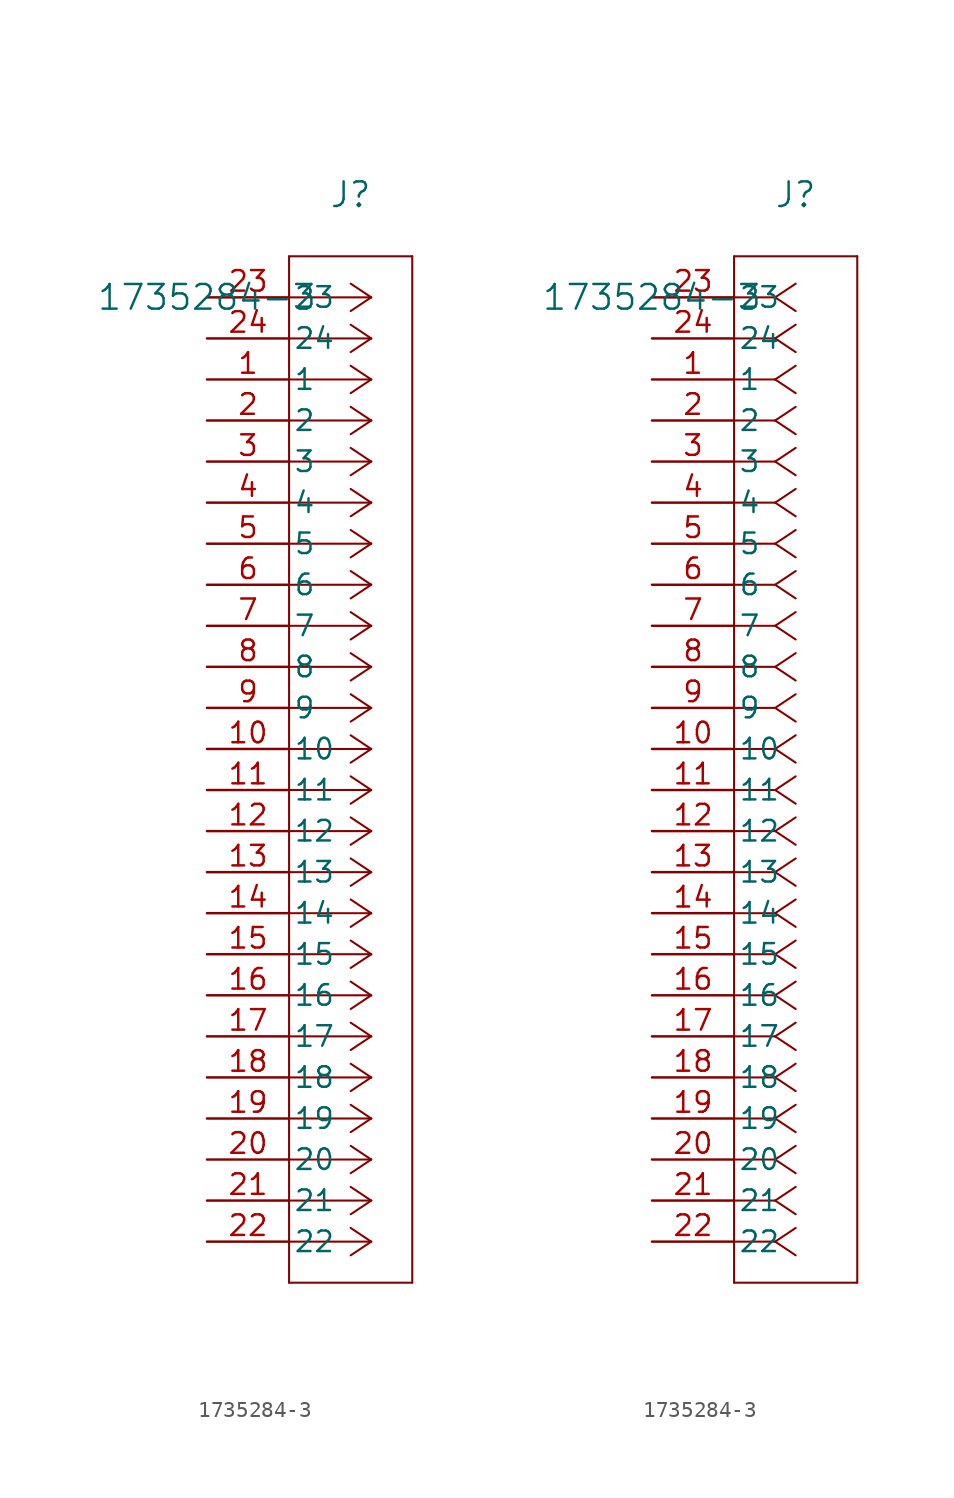
<source format=kicad_sym>
(kicad_symbol_lib
  (version 20211014)
  (generator kicad_symbol_editor)
  (symbol "1735284-3"
    (pin_names
      (offset 0.254))
    (property "Reference" "J"
      (at 8.89 6.35 0)
      (effects (font (size 1.524 1.524))))
    (property "Value" "1735284-3"
      (at 0 0 0)
      (effects (font (size 1.524 1.524))))
    (symbol "1735284-3_1_1"
      (polyline (pts (xy 10.16 0) (xy 5.08 0)) (stroke (width 0.127) (type default) (color 0 0 0 0)) (fill (type none)))
      (polyline (pts (xy 10.16 -2.54) (xy 5.08 -2.54)) (stroke (width 0.127) (type default) (color 0 0 0 0)) (fill (type none)))
      (polyline (pts (xy 10.16 -5.08) (xy 5.08 -5.08)) (stroke (width 0.127) (type default) (color 0 0 0 0)) (fill (type none)))
      (polyline (pts (xy 10.16 -7.62) (xy 5.08 -7.62)) (stroke (width 0.127) (type default) (color 0 0 0 0)) (fill (type none)))
      (polyline (pts (xy 10.16 -10.16) (xy 5.08 -10.16)) (stroke (width 0.127) (type default) (color 0 0 0 0)) (fill (type none)))
      (polyline (pts (xy 10.16 -12.7) (xy 5.08 -12.7)) (stroke (width 0.127) (type default) (color 0 0 0 0)) (fill (type none)))
      (polyline (pts (xy 10.16 -15.24) (xy 5.08 -15.24)) (stroke (width 0.127) (type default) (color 0 0 0 0)) (fill (type none)))
      (polyline (pts (xy 10.16 -17.78) (xy 5.08 -17.78)) (stroke (width 0.127) (type default) (color 0 0 0 0)) (fill (type none)))
      (polyline (pts (xy 10.16 -20.32) (xy 5.08 -20.32)) (stroke (width 0.127) (type default) (color 0 0 0 0)) (fill (type none)))
      (polyline (pts (xy 10.16 -22.86) (xy 5.08 -22.86)) (stroke (width 0.127) (type default) (color 0 0 0 0)) (fill (type none)))
      (polyline (pts (xy 10.16 -25.4) (xy 5.08 -25.4)) (stroke (width 0.127) (type default) (color 0 0 0 0)) (fill (type none)))
      (polyline (pts (xy 10.16 -27.94) (xy 5.08 -27.94)) (stroke (width 0.127) (type default) (color 0 0 0 0)) (fill (type none)))
      (polyline (pts (xy 10.16 -30.48) (xy 5.08 -30.48)) (stroke (width 0.127) (type default) (color 0 0 0 0)) (fill (type none)))
      (polyline (pts (xy 10.16 -33.02) (xy 5.08 -33.02)) (stroke (width 0.127) (type default) (color 0 0 0 0)) (fill (type none)))
      (polyline (pts (xy 10.16 -35.56) (xy 5.08 -35.56)) (stroke (width 0.127) (type default) (color 0 0 0 0)) (fill (type none)))
      (polyline (pts (xy 10.16 -38.1) (xy 5.08 -38.1)) (stroke (width 0.127) (type default) (color 0 0 0 0)) (fill (type none)))
      (polyline (pts (xy 10.16 -40.64) (xy 5.08 -40.64)) (stroke (width 0.127) (type default) (color 0 0 0 0)) (fill (type none)))
      (polyline (pts (xy 10.16 -43.18) (xy 5.08 -43.18)) (stroke (width 0.127) (type default) (color 0 0 0 0)) (fill (type none)))
      (polyline (pts (xy 10.16 -45.72) (xy 5.08 -45.72)) (stroke (width 0.127) (type default) (color 0 0 0 0)) (fill (type none)))
      (polyline (pts (xy 10.16 -48.26) (xy 5.08 -48.26)) (stroke (width 0.127) (type default) (color 0 0 0 0)) (fill (type none)))
      (polyline (pts (xy 10.16 -50.8) (xy 5.08 -50.8)) (stroke (width 0.127) (type default) (color 0 0 0 0)) (fill (type none)))
      (polyline (pts (xy 10.16 -53.34) (xy 5.08 -53.34)) (stroke (width 0.127) (type default) (color 0 0 0 0)) (fill (type none)))
      (polyline (pts (xy 10.16 -55.88) (xy 5.08 -55.88)) (stroke (width 0.127) (type default) (color 0 0 0 0)) (fill (type none)))
      (polyline (pts (xy 10.16 -58.42) (xy 5.08 -58.42)) (stroke (width 0.127) (type default) (color 0 0 0 0)) (fill (type none)))
      (polyline (pts (xy 10.16 0) (xy 8.89 0.847)) (stroke (width 0.127) (type default) (color 0 0 0 0)) (fill (type none)))
      (polyline (pts (xy 10.16 -2.54) (xy 8.89 -1.693)) (stroke (width 0.127) (type default) (color 0 0 0 0)) (fill (type none)))
      (polyline (pts (xy 10.16 -5.08) (xy 8.89 -4.233)) (stroke (width 0.127) (type default) (color 0 0 0 0)) (fill (type none)))
      (polyline (pts (xy 10.16 -7.62) (xy 8.89 -6.773)) (stroke (width 0.127) (type default) (color 0 0 0 0)) (fill (type none)))
      (polyline (pts (xy 10.16 -10.16) (xy 8.89 -9.313)) (stroke (width 0.127) (type default) (color 0 0 0 0)) (fill (type none)))
      (polyline (pts (xy 10.16 -12.7) (xy 8.89 -11.853)) (stroke (width 0.127) (type default) (color 0 0 0 0)) (fill (type none)))
      (polyline (pts (xy 10.16 -15.24) (xy 8.89 -14.393)) (stroke (width 0.127) (type default) (color 0 0 0 0)) (fill (type none)))
      (polyline (pts (xy 10.16 -17.78) (xy 8.89 -16.933)) (stroke (width 0.127) (type default) (color 0 0 0 0)) (fill (type none)))
      (polyline (pts (xy 10.16 -20.32) (xy 8.89 -19.473)) (stroke (width 0.127) (type default) (color 0 0 0 0)) (fill (type none)))
      (polyline (pts (xy 10.16 -22.86) (xy 8.89 -22.013)) (stroke (width 0.127) (type default) (color 0 0 0 0)) (fill (type none)))
      (polyline (pts (xy 10.16 -25.4) (xy 8.89 -24.553)) (stroke (width 0.127) (type default) (color 0 0 0 0)) (fill (type none)))
      (polyline (pts (xy 10.16 -27.94) (xy 8.89 -27.093)) (stroke (width 0.127) (type default) (color 0 0 0 0)) (fill (type none)))
      (polyline (pts (xy 10.16 -30.48) (xy 8.89 -29.633)) (stroke (width 0.127) (type default) (color 0 0 0 0)) (fill (type none)))
      (polyline (pts (xy 10.16 -33.02) (xy 8.89 -32.173)) (stroke (width 0.127) (type default) (color 0 0 0 0)) (fill (type none)))
      (polyline (pts (xy 10.16 -35.56) (xy 8.89 -34.713)) (stroke (width 0.127) (type default) (color 0 0 0 0)) (fill (type none)))
      (polyline (pts (xy 10.16 -38.1) (xy 8.89 -37.253)) (stroke (width 0.127) (type default) (color 0 0 0 0)) (fill (type none)))
      (polyline (pts (xy 10.16 -40.64) (xy 8.89 -39.793)) (stroke (width 0.127) (type default) (color 0 0 0 0)) (fill (type none)))
      (polyline (pts (xy 10.16 -43.18) (xy 8.89 -42.333)) (stroke (width 0.127) (type default) (color 0 0 0 0)) (fill (type none)))
      (polyline (pts (xy 10.16 -45.72) (xy 8.89 -44.873)) (stroke (width 0.127) (type default) (color 0 0 0 0)) (fill (type none)))
      (polyline (pts (xy 10.16 -48.26) (xy 8.89 -47.413)) (stroke (width 0.127) (type default) (color 0 0 0 0)) (fill (type none)))
      (polyline (pts (xy 10.16 -50.8) (xy 8.89 -49.953)) (stroke (width 0.127) (type default) (color 0 0 0 0)) (fill (type none)))
      (polyline (pts (xy 10.16 -53.34) (xy 8.89 -52.493)) (stroke (width 0.127) (type default) (color 0 0 0 0)) (fill (type none)))
      (polyline (pts (xy 10.16 -55.88) (xy 8.89 -55.033)) (stroke (width 0.127) (type default) (color 0 0 0 0)) (fill (type none)))
      (polyline (pts (xy 10.16 -58.42) (xy 8.89 -57.573)) (stroke (width 0.127) (type default) (color 0 0 0 0)) (fill (type none)))
      (polyline (pts (xy 10.16 0) (xy 8.89 -0.847)) (stroke (width 0.127) (type default) (color 0 0 0 0)) (fill (type none)))
      (polyline (pts (xy 10.16 -2.54) (xy 8.89 -3.387)) (stroke (width 0.127) (type default) (color 0 0 0 0)) (fill (type none)))
      (polyline (pts (xy 10.16 -5.08) (xy 8.89 -5.927)) (stroke (width 0.127) (type default) (color 0 0 0 0)) (fill (type none)))
      (polyline (pts (xy 10.16 -7.62) (xy 8.89 -8.467)) (stroke (width 0.127) (type default) (color 0 0 0 0)) (fill (type none)))
      (polyline (pts (xy 10.16 -10.16) (xy 8.89 -11.007)) (stroke (width 0.127) (type default) (color 0 0 0 0)) (fill (type none)))
      (polyline (pts (xy 10.16 -12.7) (xy 8.89 -13.547)) (stroke (width 0.127) (type default) (color 0 0 0 0)) (fill (type none)))
      (polyline (pts (xy 10.16 -15.24) (xy 8.89 -16.087)) (stroke (width 0.127) (type default) (color 0 0 0 0)) (fill (type none)))
      (polyline (pts (xy 10.16 -17.78) (xy 8.89 -18.627)) (stroke (width 0.127) (type default) (color 0 0 0 0)) (fill (type none)))
      (polyline (pts (xy 10.16 -20.32) (xy 8.89 -21.167)) (stroke (width 0.127) (type default) (color 0 0 0 0)) (fill (type none)))
      (polyline (pts (xy 10.16 -22.86) (xy 8.89 -23.707)) (stroke (width 0.127) (type default) (color 0 0 0 0)) (fill (type none)))
      (polyline (pts (xy 10.16 -25.4) (xy 8.89 -26.247)) (stroke (width 0.127) (type default) (color 0 0 0 0)) (fill (type none)))
      (polyline (pts (xy 10.16 -27.94) (xy 8.89 -28.787)) (stroke (width 0.127) (type default) (color 0 0 0 0)) (fill (type none)))
      (polyline (pts (xy 10.16 -30.48) (xy 8.89 -31.327)) (stroke (width 0.127) (type default) (color 0 0 0 0)) (fill (type none)))
      (polyline (pts (xy 10.16 -33.02) (xy 8.89 -33.867)) (stroke (width 0.127) (type default) (color 0 0 0 0)) (fill (type none)))
      (polyline (pts (xy 10.16 -35.56) (xy 8.89 -36.407)) (stroke (width 0.127) (type default) (color 0 0 0 0)) (fill (type none)))
      (polyline (pts (xy 10.16 -38.1) (xy 8.89 -38.947)) (stroke (width 0.127) (type default) (color 0 0 0 0)) (fill (type none)))
      (polyline (pts (xy 10.16 -40.64) (xy 8.89 -41.487)) (stroke (width 0.127) (type default) (color 0 0 0 0)) (fill (type none)))
      (polyline (pts (xy 10.16 -43.18) (xy 8.89 -44.027)) (stroke (width 0.127) (type default) (color 0 0 0 0)) (fill (type none)))
      (polyline (pts (xy 10.16 -45.72) (xy 8.89 -46.567)) (stroke (width 0.127) (type default) (color 0 0 0 0)) (fill (type none)))
      (polyline (pts (xy 10.16 -48.26) (xy 8.89 -49.107)) (stroke (width 0.127) (type default) (color 0 0 0 0)) (fill (type none)))
      (polyline (pts (xy 10.16 -50.8) (xy 8.89 -51.647)) (stroke (width 0.127) (type default) (color 0 0 0 0)) (fill (type none)))
      (polyline (pts (xy 10.16 -53.34) (xy 8.89 -54.187)) (stroke (width 0.127) (type default) (color 0 0 0 0)) (fill (type none)))
      (polyline (pts (xy 10.16 -55.88) (xy 8.89 -56.727)) (stroke (width 0.127) (type default) (color 0 0 0 0)) (fill (type none)))
      (polyline (pts (xy 10.16 -58.42) (xy 8.89 -59.267)) (stroke (width 0.127) (type default) (color 0 0 0 0)) (fill (type none)))
      (polyline (pts (xy 5.08 2.54) (xy 5.08 -60.96)) (stroke (width 0.127) (type default) (color 0 0 0 0)) (fill (type none)))
      (polyline (pts (xy 5.08 -60.96) (xy 12.7 -60.96)) (stroke (width 0.127) (type default) (color 0 0 0 0)) (fill (type none)))
      (polyline (pts (xy 12.7 -60.96) (xy 12.7 2.54)) (stroke (width 0.127) (type default) (color 0 0 0 0)) (fill (type none)))
      (polyline (pts (xy 12.7 2.54) (xy 5.08 2.54)) (stroke (width 0.127) (type default) (color 0 0 0 0)) (fill (type none)))
      (pin unspecified line (at 0 0 0) (length 5.08) (name "23" (effects (font (size 1.27 1.27)))) (number "23" (effects (font (size 1.27 1.27)))))
      (pin unspecified line (at 0 -2.54 0) (length 5.08) (name "24" (effects (font (size 1.27 1.27)))) (number "24" (effects (font (size 1.27 1.27)))))
      (pin unspecified line (at 0 -5.08 0) (length 5.08) (name "1" (effects (font (size 1.27 1.27)))) (number "1" (effects (font (size 1.27 1.27)))))
      (pin unspecified line (at 0 -7.62 0) (length 5.08) (name "2" (effects (font (size 1.27 1.27)))) (number "2" (effects (font (size 1.27 1.27)))))
      (pin unspecified line (at 0 -10.16 0) (length 5.08) (name "3" (effects (font (size 1.27 1.27)))) (number "3" (effects (font (size 1.27 1.27)))))
      (pin unspecified line (at 0 -12.7 0) (length 5.08) (name "4" (effects (font (size 1.27 1.27)))) (number "4" (effects (font (size 1.27 1.27)))))
      (pin unspecified line (at 0 -15.24 0) (length 5.08) (name "5" (effects (font (size 1.27 1.27)))) (number "5" (effects (font (size 1.27 1.27)))))
      (pin unspecified line (at 0 -17.78 0) (length 5.08) (name "6" (effects (font (size 1.27 1.27)))) (number "6" (effects (font (size 1.27 1.27)))))
      (pin unspecified line (at 0 -20.32 0) (length 5.08) (name "7" (effects (font (size 1.27 1.27)))) (number "7" (effects (font (size 1.27 1.27)))))
      (pin unspecified line (at 0 -22.86 0) (length 5.08) (name "8" (effects (font (size 1.27 1.27)))) (number "8" (effects (font (size 1.27 1.27)))))
      (pin unspecified line (at 0 -25.4 0) (length 5.08) (name "9" (effects (font (size 1.27 1.27)))) (number "9" (effects (font (size 1.27 1.27)))))
      (pin unspecified line (at 0 -27.94 0) (length 5.08) (name "10" (effects (font (size 1.27 1.27)))) (number "10" (effects (font (size 1.27 1.27)))))
      (pin unspecified line (at 0 -30.48 0) (length 5.08) (name "11" (effects (font (size 1.27 1.27)))) (number "11" (effects (font (size 1.27 1.27)))))
      (pin unspecified line (at 0 -33.02 0) (length 5.08) (name "12" (effects (font (size 1.27 1.27)))) (number "12" (effects (font (size 1.27 1.27)))))
      (pin unspecified line (at 0 -35.56 0) (length 5.08) (name "13" (effects (font (size 1.27 1.27)))) (number "13" (effects (font (size 1.27 1.27)))))
      (pin unspecified line (at 0 -38.1 0) (length 5.08) (name "14" (effects (font (size 1.27 1.27)))) (number "14" (effects (font (size 1.27 1.27)))))
      (pin unspecified line (at 0 -40.64 0) (length 5.08) (name "15" (effects (font (size 1.27 1.27)))) (number "15" (effects (font (size 1.27 1.27)))))
      (pin unspecified line (at 0 -43.18 0) (length 5.08) (name "16" (effects (font (size 1.27 1.27)))) (number "16" (effects (font (size 1.27 1.27)))))
      (pin unspecified line (at 0 -45.72 0) (length 5.08) (name "17" (effects (font (size 1.27 1.27)))) (number "17" (effects (font (size 1.27 1.27)))))
      (pin unspecified line (at 0 -48.26 0) (length 5.08) (name "18" (effects (font (size 1.27 1.27)))) (number "18" (effects (font (size 1.27 1.27)))))
      (pin unspecified line (at 0 -50.8 0) (length 5.08) (name "19" (effects (font (size 1.27 1.27)))) (number "19" (effects (font (size 1.27 1.27)))))
      (pin unspecified line (at 0 -53.34 0) (length 5.08) (name "20" (effects (font (size 1.27 1.27)))) (number "20" (effects (font (size 1.27 1.27)))))
      (pin unspecified line (at 0 -55.88 0) (length 5.08) (name "21" (effects (font (size 1.27 1.27)))) (number "21" (effects (font (size 1.27 1.27)))))
      (pin unspecified line (at 0 -58.42 0) (length 5.08) (name "22" (effects (font (size 1.27 1.27)))) (number "22" (effects (font (size 1.27 1.27))))))
    (symbol "1735284-3_1_2"
      (polyline (pts (xy 7.62 0) (xy 5.08 0)) (stroke (width 0.127) (type default) (color 0 0 0 0)) (fill (type none)))
      (polyline (pts (xy 7.62 -2.54) (xy 5.08 -2.54)) (stroke (width 0.127) (type default) (color 0 0 0 0)) (fill (type none)))
      (polyline (pts (xy 7.62 -5.08) (xy 5.08 -5.08)) (stroke (width 0.127) (type default) (color 0 0 0 0)) (fill (type none)))
      (polyline (pts (xy 7.62 -7.62) (xy 5.08 -7.62)) (stroke (width 0.127) (type default) (color 0 0 0 0)) (fill (type none)))
      (polyline (pts (xy 7.62 -10.16) (xy 5.08 -10.16)) (stroke (width 0.127) (type default) (color 0 0 0 0)) (fill (type none)))
      (polyline (pts (xy 7.62 -12.7) (xy 5.08 -12.7)) (stroke (width 0.127) (type default) (color 0 0 0 0)) (fill (type none)))
      (polyline (pts (xy 7.62 -15.24) (xy 5.08 -15.24)) (stroke (width 0.127) (type default) (color 0 0 0 0)) (fill (type none)))
      (polyline (pts (xy 7.62 -17.78) (xy 5.08 -17.78)) (stroke (width 0.127) (type default) (color 0 0 0 0)) (fill (type none)))
      (polyline (pts (xy 7.62 -20.32) (xy 5.08 -20.32)) (stroke (width 0.127) (type default) (color 0 0 0 0)) (fill (type none)))
      (polyline (pts (xy 7.62 -22.86) (xy 5.08 -22.86)) (stroke (width 0.127) (type default) (color 0 0 0 0)) (fill (type none)))
      (polyline (pts (xy 7.62 -25.4) (xy 5.08 -25.4)) (stroke (width 0.127) (type default) (color 0 0 0 0)) (fill (type none)))
      (polyline (pts (xy 7.62 -27.94) (xy 5.08 -27.94)) (stroke (width 0.127) (type default) (color 0 0 0 0)) (fill (type none)))
      (polyline (pts (xy 7.62 -30.48) (xy 5.08 -30.48)) (stroke (width 0.127) (type default) (color 0 0 0 0)) (fill (type none)))
      (polyline (pts (xy 7.62 -33.02) (xy 5.08 -33.02)) (stroke (width 0.127) (type default) (color 0 0 0 0)) (fill (type none)))
      (polyline (pts (xy 7.62 -35.56) (xy 5.08 -35.56)) (stroke (width 0.127) (type default) (color 0 0 0 0)) (fill (type none)))
      (polyline (pts (xy 7.62 -38.1) (xy 5.08 -38.1)) (stroke (width 0.127) (type default) (color 0 0 0 0)) (fill (type none)))
      (polyline (pts (xy 7.62 -40.64) (xy 5.08 -40.64)) (stroke (width 0.127) (type default) (color 0 0 0 0)) (fill (type none)))
      (polyline (pts (xy 7.62 -43.18) (xy 5.08 -43.18)) (stroke (width 0.127) (type default) (color 0 0 0 0)) (fill (type none)))
      (polyline (pts (xy 7.62 -45.72) (xy 5.08 -45.72)) (stroke (width 0.127) (type default) (color 0 0 0 0)) (fill (type none)))
      (polyline (pts (xy 7.62 -48.26) (xy 5.08 -48.26)) (stroke (width 0.127) (type default) (color 0 0 0 0)) (fill (type none)))
      (polyline (pts (xy 7.62 -50.8) (xy 5.08 -50.8)) (stroke (width 0.127) (type default) (color 0 0 0 0)) (fill (type none)))
      (polyline (pts (xy 7.62 -53.34) (xy 5.08 -53.34)) (stroke (width 0.127) (type default) (color 0 0 0 0)) (fill (type none)))
      (polyline (pts (xy 7.62 -55.88) (xy 5.08 -55.88)) (stroke (width 0.127) (type default) (color 0 0 0 0)) (fill (type none)))
      (polyline (pts (xy 7.62 -58.42) (xy 5.08 -58.42)) (stroke (width 0.127) (type default) (color 0 0 0 0)) (fill (type none)))
      (polyline (pts (xy 7.62 0) (xy 8.89 0.847)) (stroke (width 0.127) (type default) (color 0 0 0 0)) (fill (type none)))
      (polyline (pts (xy 7.62 -2.54) (xy 8.89 -1.693)) (stroke (width 0.127) (type default) (color 0 0 0 0)) (fill (type none)))
      (polyline (pts (xy 7.62 -5.08) (xy 8.89 -4.233)) (stroke (width 0.127) (type default) (color 0 0 0 0)) (fill (type none)))
      (polyline (pts (xy 7.62 -7.62) (xy 8.89 -6.773)) (stroke (width 0.127) (type default) (color 0 0 0 0)) (fill (type none)))
      (polyline (pts (xy 7.62 -10.16) (xy 8.89 -9.313)) (stroke (width 0.127) (type default) (color 0 0 0 0)) (fill (type none)))
      (polyline (pts (xy 7.62 -12.7) (xy 8.89 -11.853)) (stroke (width 0.127) (type default) (color 0 0 0 0)) (fill (type none)))
      (polyline (pts (xy 7.62 -15.24) (xy 8.89 -14.393)) (stroke (width 0.127) (type default) (color 0 0 0 0)) (fill (type none)))
      (polyline (pts (xy 7.62 -17.78) (xy 8.89 -16.933)) (stroke (width 0.127) (type default) (color 0 0 0 0)) (fill (type none)))
      (polyline (pts (xy 7.62 -20.32) (xy 8.89 -19.473)) (stroke (width 0.127) (type default) (color 0 0 0 0)) (fill (type none)))
      (polyline (pts (xy 7.62 -22.86) (xy 8.89 -22.013)) (stroke (width 0.127) (type default) (color 0 0 0 0)) (fill (type none)))
      (polyline (pts (xy 7.62 -25.4) (xy 8.89 -24.553)) (stroke (width 0.127) (type default) (color 0 0 0 0)) (fill (type none)))
      (polyline (pts (xy 7.62 -27.94) (xy 8.89 -27.093)) (stroke (width 0.127) (type default) (color 0 0 0 0)) (fill (type none)))
      (polyline (pts (xy 7.62 -30.48) (xy 8.89 -29.633)) (stroke (width 0.127) (type default) (color 0 0 0 0)) (fill (type none)))
      (polyline (pts (xy 7.62 -33.02) (xy 8.89 -32.173)) (stroke (width 0.127) (type default) (color 0 0 0 0)) (fill (type none)))
      (polyline (pts (xy 7.62 -35.56) (xy 8.89 -34.713)) (stroke (width 0.127) (type default) (color 0 0 0 0)) (fill (type none)))
      (polyline (pts (xy 7.62 -38.1) (xy 8.89 -37.253)) (stroke (width 0.127) (type default) (color 0 0 0 0)) (fill (type none)))
      (polyline (pts (xy 7.62 -40.64) (xy 8.89 -39.793)) (stroke (width 0.127) (type default) (color 0 0 0 0)) (fill (type none)))
      (polyline (pts (xy 7.62 -43.18) (xy 8.89 -42.333)) (stroke (width 0.127) (type default) (color 0 0 0 0)) (fill (type none)))
      (polyline (pts (xy 7.62 -45.72) (xy 8.89 -44.873)) (stroke (width 0.127) (type default) (color 0 0 0 0)) (fill (type none)))
      (polyline (pts (xy 7.62 -48.26) (xy 8.89 -47.413)) (stroke (width 0.127) (type default) (color 0 0 0 0)) (fill (type none)))
      (polyline (pts (xy 7.62 -50.8) (xy 8.89 -49.953)) (stroke (width 0.127) (type default) (color 0 0 0 0)) (fill (type none)))
      (polyline (pts (xy 7.62 -53.34) (xy 8.89 -52.493)) (stroke (width 0.127) (type default) (color 0 0 0 0)) (fill (type none)))
      (polyline (pts (xy 7.62 -55.88) (xy 8.89 -55.033)) (stroke (width 0.127) (type default) (color 0 0 0 0)) (fill (type none)))
      (polyline (pts (xy 7.62 -58.42) (xy 8.89 -57.573)) (stroke (width 0.127) (type default) (color 0 0 0 0)) (fill (type none)))
      (polyline (pts (xy 7.62 0) (xy 8.89 -0.847)) (stroke (width 0.127) (type default) (color 0 0 0 0)) (fill (type none)))
      (polyline (pts (xy 7.62 -2.54) (xy 8.89 -3.387)) (stroke (width 0.127) (type default) (color 0 0 0 0)) (fill (type none)))
      (polyline (pts (xy 7.62 -5.08) (xy 8.89 -5.927)) (stroke (width 0.127) (type default) (color 0 0 0 0)) (fill (type none)))
      (polyline (pts (xy 7.62 -7.62) (xy 8.89 -8.467)) (stroke (width 0.127) (type default) (color 0 0 0 0)) (fill (type none)))
      (polyline (pts (xy 7.62 -10.16) (xy 8.89 -11.007)) (stroke (width 0.127) (type default) (color 0 0 0 0)) (fill (type none)))
      (polyline (pts (xy 7.62 -12.7) (xy 8.89 -13.547)) (stroke (width 0.127) (type default) (color 0 0 0 0)) (fill (type none)))
      (polyline (pts (xy 7.62 -15.24) (xy 8.89 -16.087)) (stroke (width 0.127) (type default) (color 0 0 0 0)) (fill (type none)))
      (polyline (pts (xy 7.62 -17.78) (xy 8.89 -18.627)) (stroke (width 0.127) (type default) (color 0 0 0 0)) (fill (type none)))
      (polyline (pts (xy 7.62 -20.32) (xy 8.89 -21.167)) (stroke (width 0.127) (type default) (color 0 0 0 0)) (fill (type none)))
      (polyline (pts (xy 7.62 -22.86) (xy 8.89 -23.707)) (stroke (width 0.127) (type default) (color 0 0 0 0)) (fill (type none)))
      (polyline (pts (xy 7.62 -25.4) (xy 8.89 -26.247)) (stroke (width 0.127) (type default) (color 0 0 0 0)) (fill (type none)))
      (polyline (pts (xy 7.62 -27.94) (xy 8.89 -28.787)) (stroke (width 0.127) (type default) (color 0 0 0 0)) (fill (type none)))
      (polyline (pts (xy 7.62 -30.48) (xy 8.89 -31.327)) (stroke (width 0.127) (type default) (color 0 0 0 0)) (fill (type none)))
      (polyline (pts (xy 7.62 -33.02) (xy 8.89 -33.867)) (stroke (width 0.127) (type default) (color 0 0 0 0)) (fill (type none)))
      (polyline (pts (xy 7.62 -35.56) (xy 8.89 -36.407)) (stroke (width 0.127) (type default) (color 0 0 0 0)) (fill (type none)))
      (polyline (pts (xy 7.62 -38.1) (xy 8.89 -38.947)) (stroke (width 0.127) (type default) (color 0 0 0 0)) (fill (type none)))
      (polyline (pts (xy 7.62 -40.64) (xy 8.89 -41.487)) (stroke (width 0.127) (type default) (color 0 0 0 0)) (fill (type none)))
      (polyline (pts (xy 7.62 -43.18) (xy 8.89 -44.027)) (stroke (width 0.127) (type default) (color 0 0 0 0)) (fill (type none)))
      (polyline (pts (xy 7.62 -45.72) (xy 8.89 -46.567)) (stroke (width 0.127) (type default) (color 0 0 0 0)) (fill (type none)))
      (polyline (pts (xy 7.62 -48.26) (xy 8.89 -49.107)) (stroke (width 0.127) (type default) (color 0 0 0 0)) (fill (type none)))
      (polyline (pts (xy 7.62 -50.8) (xy 8.89 -51.647)) (stroke (width 0.127) (type default) (color 0 0 0 0)) (fill (type none)))
      (polyline (pts (xy 7.62 -53.34) (xy 8.89 -54.187)) (stroke (width 0.127) (type default) (color 0 0 0 0)) (fill (type none)))
      (polyline (pts (xy 7.62 -55.88) (xy 8.89 -56.727)) (stroke (width 0.127) (type default) (color 0 0 0 0)) (fill (type none)))
      (polyline (pts (xy 7.62 -58.42) (xy 8.89 -59.267)) (stroke (width 0.127) (type default) (color 0 0 0 0)) (fill (type none)))
      (polyline (pts (xy 5.08 2.54) (xy 5.08 -60.96)) (stroke (width 0.127) (type default) (color 0 0 0 0)) (fill (type none)))
      (polyline (pts (xy 5.08 -60.96) (xy 12.7 -60.96)) (stroke (width 0.127) (type default) (color 0 0 0 0)) (fill (type none)))
      (polyline (pts (xy 12.7 -60.96) (xy 12.7 2.54)) (stroke (width 0.127) (type default) (color 0 0 0 0)) (fill (type none)))
      (polyline (pts (xy 12.7 2.54) (xy 5.08 2.54)) (stroke (width 0.127) (type default) (color 0 0 0 0)) (fill (type none)))
      (pin unspecified line (at 0 0 0) (length 5.08) (name "23" (effects (font (size 1.27 1.27)))) (number "23" (effects (font (size 1.27 1.27)))))
      (pin unspecified line (at 0 -2.54 0) (length 5.08) (name "24" (effects (font (size 1.27 1.27)))) (number "24" (effects (font (size 1.27 1.27)))))
      (pin unspecified line (at 0 -5.08 0) (length 5.08) (name "1" (effects (font (size 1.27 1.27)))) (number "1" (effects (font (size 1.27 1.27)))))
      (pin unspecified line (at 0 -7.62 0) (length 5.08) (name "2" (effects (font (size 1.27 1.27)))) (number "2" (effects (font (size 1.27 1.27)))))
      (pin unspecified line (at 0 -10.16 0) (length 5.08) (name "3" (effects (font (size 1.27 1.27)))) (number "3" (effects (font (size 1.27 1.27)))))
      (pin unspecified line (at 0 -12.7 0) (length 5.08) (name "4" (effects (font (size 1.27 1.27)))) (number "4" (effects (font (size 1.27 1.27)))))
      (pin unspecified line (at 0 -15.24 0) (length 5.08) (name "5" (effects (font (size 1.27 1.27)))) (number "5" (effects (font (size 1.27 1.27)))))
      (pin unspecified line (at 0 -17.78 0) (length 5.08) (name "6" (effects (font (size 1.27 1.27)))) (number "6" (effects (font (size 1.27 1.27)))))
      (pin unspecified line (at 0 -20.32 0) (length 5.08) (name "7" (effects (font (size 1.27 1.27)))) (number "7" (effects (font (size 1.27 1.27)))))
      (pin unspecified line (at 0 -22.86 0) (length 5.08) (name "8" (effects (font (size 1.27 1.27)))) (number "8" (effects (font (size 1.27 1.27)))))
      (pin unspecified line (at 0 -25.4 0) (length 5.08) (name "9" (effects (font (size 1.27 1.27)))) (number "9" (effects (font (size 1.27 1.27)))))
      (pin unspecified line (at 0 -27.94 0) (length 5.08) (name "10" (effects (font (size 1.27 1.27)))) (number "10" (effects (font (size 1.27 1.27)))))
      (pin unspecified line (at 0 -30.48 0) (length 5.08) (name "11" (effects (font (size 1.27 1.27)))) (number "11" (effects (font (size 1.27 1.27)))))
      (pin unspecified line (at 0 -33.02 0) (length 5.08) (name "12" (effects (font (size 1.27 1.27)))) (number "12" (effects (font (size 1.27 1.27)))))
      (pin unspecified line (at 0 -35.56 0) (length 5.08) (name "13" (effects (font (size 1.27 1.27)))) (number "13" (effects (font (size 1.27 1.27)))))
      (pin unspecified line (at 0 -38.1 0) (length 5.08) (name "14" (effects (font (size 1.27 1.27)))) (number "14" (effects (font (size 1.27 1.27)))))
      (pin unspecified line (at 0 -40.64 0) (length 5.08) (name "15" (effects (font (size 1.27 1.27)))) (number "15" (effects (font (size 1.27 1.27)))))
      (pin unspecified line (at 0 -43.18 0) (length 5.08) (name "16" (effects (font (size 1.27 1.27)))) (number "16" (effects (font (size 1.27 1.27)))))
      (pin unspecified line (at 0 -45.72 0) (length 5.08) (name "17" (effects (font (size 1.27 1.27)))) (number "17" (effects (font (size 1.27 1.27)))))
      (pin unspecified line (at 0 -48.26 0) (length 5.08) (name "18" (effects (font (size 1.27 1.27)))) (number "18" (effects (font (size 1.27 1.27)))))
      (pin unspecified line (at 0 -50.8 0) (length 5.08) (name "19" (effects (font (size 1.27 1.27)))) (number "19" (effects (font (size 1.27 1.27)))))
      (pin unspecified line (at 0 -53.34 0) (length 5.08) (name "20" (effects (font (size 1.27 1.27)))) (number "20" (effects (font (size 1.27 1.27)))))
      (pin unspecified line (at 0 -55.88 0) (length 5.08) (name "21" (effects (font (size 1.27 1.27)))) (number "21" (effects (font (size 1.27 1.27)))))
      (pin unspecified line (at 0 -58.42 0) (length 5.08) (name "22" (effects (font (size 1.27 1.27)))) (number "22" (effects (font (size 1.27 1.27))))))))
</source>
